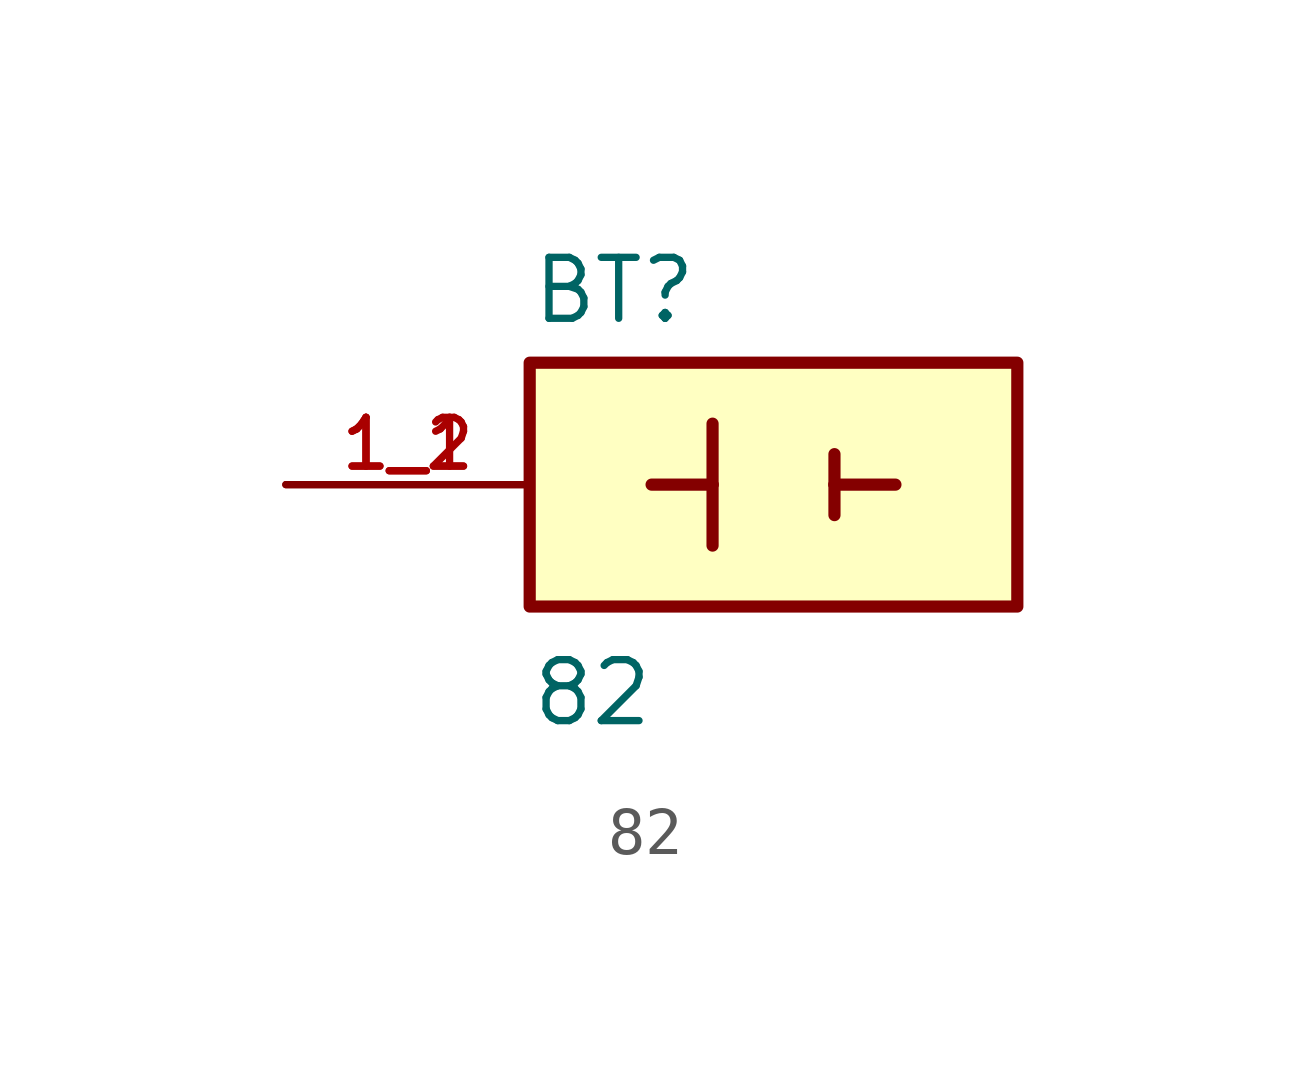
<source format=kicad_sym>
(kicad_symbol_lib
  (version 20211014)
  (generator kicad_symbol_editor)
  (symbol "82"
    (pin_names
      (offset 1.016))
    (property "Reference" "BT"
      (at -5.08 3.302 0)
      (effects (font (size 1.27 1.27)) (justify bottom left)))
    (property "Value" "82"
      (at -5.08 -5.08 0)
      (effects (font (size 1.27 1.27)) (justify bottom left)))
    (symbol "82_0_0"
      (polyline (pts (xy -1.27 1.27) (xy -1.27 0.0)) (stroke (width 0.254)))
      (polyline (pts (xy -1.27 0.0) (xy -1.27 -1.27)) (stroke (width 0.254)))
      (polyline (pts (xy 1.27 0.635) (xy 1.27 0.0)) (stroke (width 0.254)))
      (polyline (pts (xy 1.27 0.0) (xy 1.27 -0.635)) (stroke (width 0.254)))
      (polyline (pts (xy -1.27 0.0) (xy -2.54 0.0)) (stroke (width 0.254)))
      (polyline (pts (xy 1.27 0.0) (xy 2.54 0.0)) (stroke (width 0.254)))
      (rectangle (start -5.08 -2.54) (end 5.08 2.54) (stroke (width 0.254)) (fill (type background)))
      (pin passive line (at -10.16 0.0 0) (length 5.08) (name "~" (effects (font (size 1.016 1.016)))) (number "1_1" (effects (font (size 1.016 1.016)))))
      (pin passive line (at -10.16 0.0 0) (length 5.08) (name "~" (effects (font (size 1.016 1.016)))) (number "1_2" (effects (font (size 1.016 1.016))))))))
</source>
